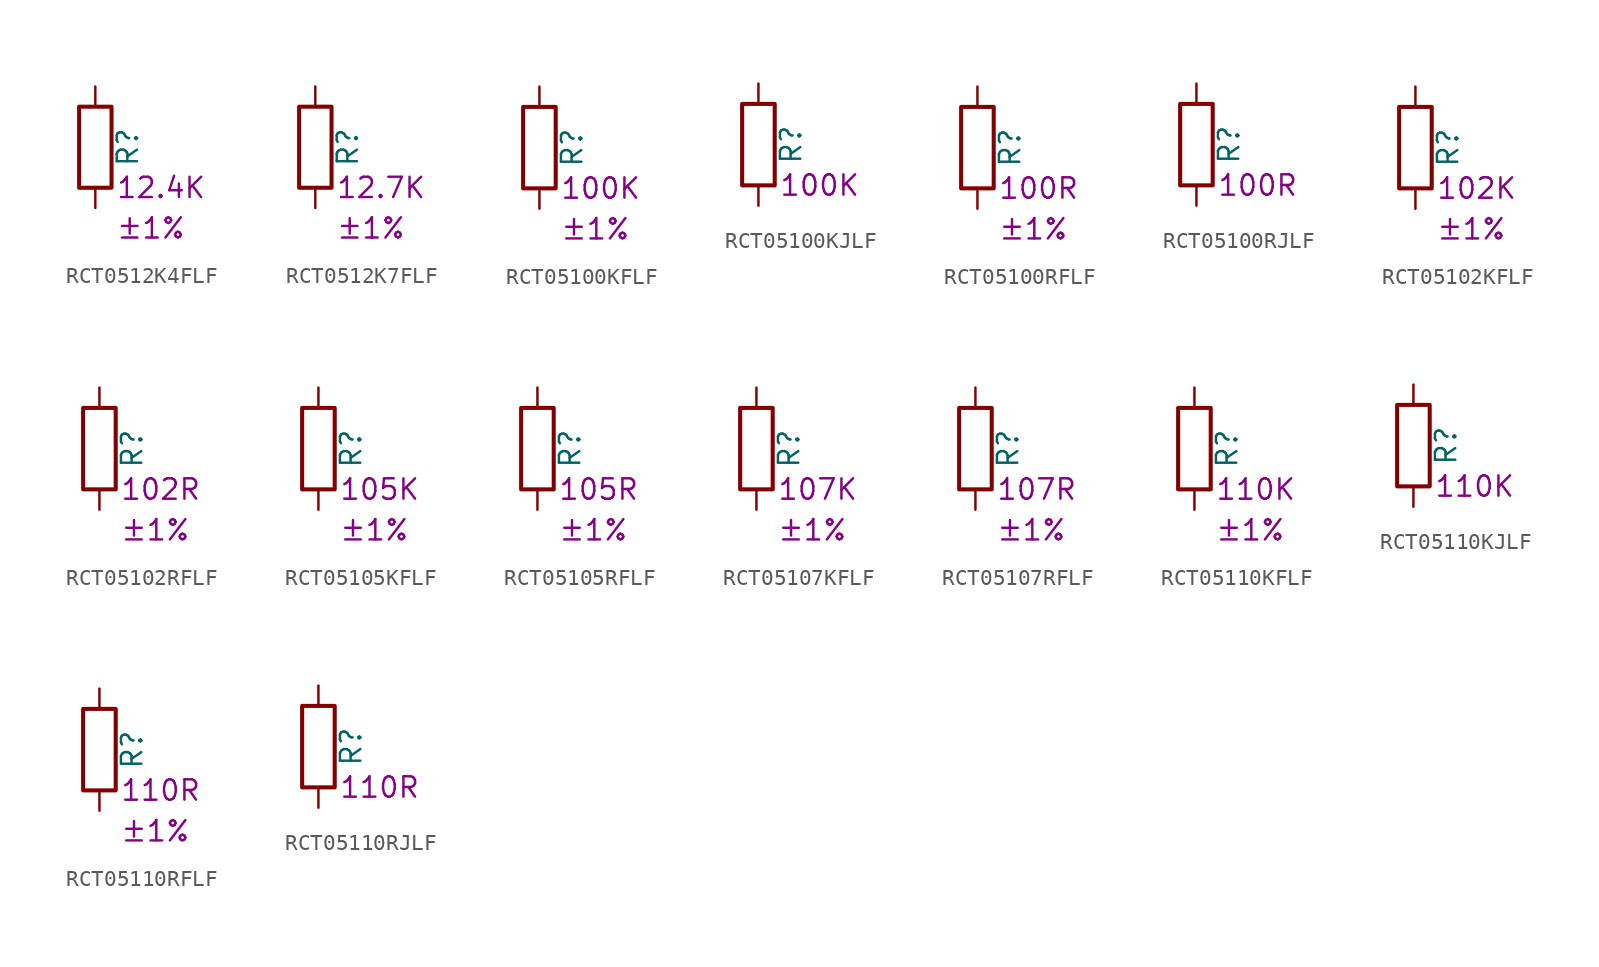
<source format=kicad_sym>
(kicad_symbol_lib
  (version 20220914)
  (generator kicad_symbol_editor)
  (symbol "RCT0512K4FLF"
    (pin_numbers hide)
    (pin_names
      (offset 0))
    (property "Reference" "R"
      (at 2.032 0 90)
      (effects (font (size 1.27 1.27))))
    (property "Resistance" "12.4K"
      (at 1.27 -2.54 0)
      (effects (font (size 1.27 1.27)) (justify left)))
    (property "Tolerance" "±1%"
      (at 1.27 -5.08 0)
      (effects (font (size 1.27 1.27)) (justify left)))
    (symbol "RCT0512K4FLF_0_1"
      (rectangle (start -1.016 -2.54) (end 1.016 2.54) (stroke (width 0.254) (type default)) (fill (type none))))
    (symbol "RCT0512K4FLF_1_1"
      (pin passive line (at 0 3.81 270) (length 1.27) (name "~" (effects (font (size 1.27 1.27)))) (number "1" (effects (font (size 1.27 1.27)))))
      (pin passive line (at 0 -3.81 90) (length 1.27) (name "~" (effects (font (size 1.27 1.27)))) (number "2" (effects (font (size 1.27 1.27)))))))
  (symbol "RCT0512K7FLF"
    (pin_numbers hide)
    (pin_names
      (offset 0))
    (property "Reference" "R"
      (at 2.032 0 90)
      (effects (font (size 1.27 1.27))))
    (property "Resistance" "12.7K"
      (at 1.27 -2.54 0)
      (effects (font (size 1.27 1.27)) (justify left)))
    (property "Tolerance" "±1%"
      (at 1.27 -5.08 0)
      (effects (font (size 1.27 1.27)) (justify left)))
    (symbol "RCT0512K7FLF_0_1"
      (rectangle (start -1.016 -2.54) (end 1.016 2.54) (stroke (width 0.254) (type default)) (fill (type none))))
    (symbol "RCT0512K7FLF_1_1"
      (pin passive line (at 0 3.81 270) (length 1.27) (name "~" (effects (font (size 1.27 1.27)))) (number "1" (effects (font (size 1.27 1.27)))))
      (pin passive line (at 0 -3.81 90) (length 1.27) (name "~" (effects (font (size 1.27 1.27)))) (number "2" (effects (font (size 1.27 1.27)))))))
  (symbol "RCT05100KFLF"
    (pin_numbers hide)
    (pin_names
      (offset 0))
    (property "Reference" "R"
      (at 2.032 0 90)
      (effects (font (size 1.27 1.27))))
    (property "Resistance" "100K"
      (at 1.27 -2.54 0)
      (effects (font (size 1.27 1.27)) (justify left)))
    (property "Tolerance" "±1%"
      (at 1.27 -5.08 0)
      (effects (font (size 1.27 1.27)) (justify left)))
    (symbol "RCT05100KFLF_0_1"
      (rectangle (start -1.016 -2.54) (end 1.016 2.54) (stroke (width 0.254) (type default)) (fill (type none))))
    (symbol "RCT05100KFLF_1_1"
      (pin passive line (at 0 3.81 270) (length 1.27) (name "~" (effects (font (size 1.27 1.27)))) (number "1" (effects (font (size 1.27 1.27)))))
      (pin passive line (at 0 -3.81 90) (length 1.27) (name "~" (effects (font (size 1.27 1.27)))) (number "2" (effects (font (size 1.27 1.27)))))))
  (symbol "RCT05100KJLF"
    (pin_numbers hide)
    (pin_names
      (offset 0))
    (property "Reference" "R"
      (at 2.032 0 90)
      (effects (font (size 1.27 1.27))))
    (property "Resistance" "100K"
      (at 1.27 -2.54 0)
      (effects (font (size 1.27 1.27)) (justify left)))
    (symbol "RCT05100KJLF_0_1"
      (rectangle (start -1.016 -2.54) (end 1.016 2.54) (stroke (width 0.254) (type default)) (fill (type none))))
    (symbol "RCT05100KJLF_1_1"
      (pin passive line (at 0 3.81 270) (length 1.27) (name "~" (effects (font (size 1.27 1.27)))) (number "1" (effects (font (size 1.27 1.27)))))
      (pin passive line (at 0 -3.81 90) (length 1.27) (name "~" (effects (font (size 1.27 1.27)))) (number "2" (effects (font (size 1.27 1.27)))))))
  (symbol "RCT05100RFLF"
    (pin_numbers hide)
    (pin_names
      (offset 0))
    (property "Reference" "R"
      (at 2.032 0 90)
      (effects (font (size 1.27 1.27))))
    (property "Resistance" "100R"
      (at 1.27 -2.54 0)
      (effects (font (size 1.27 1.27)) (justify left)))
    (property "Tolerance" "±1%"
      (at 1.27 -5.08 0)
      (effects (font (size 1.27 1.27)) (justify left)))
    (symbol "RCT05100RFLF_0_1"
      (rectangle (start -1.016 -2.54) (end 1.016 2.54) (stroke (width 0.254) (type default)) (fill (type none))))
    (symbol "RCT05100RFLF_1_1"
      (pin passive line (at 0 3.81 270) (length 1.27) (name "~" (effects (font (size 1.27 1.27)))) (number "1" (effects (font (size 1.27 1.27)))))
      (pin passive line (at 0 -3.81 90) (length 1.27) (name "~" (effects (font (size 1.27 1.27)))) (number "2" (effects (font (size 1.27 1.27)))))))
  (symbol "RCT05100RJLF"
    (pin_numbers hide)
    (pin_names
      (offset 0))
    (property "Reference" "R"
      (at 2.032 0 90)
      (effects (font (size 1.27 1.27))))
    (property "Resistance" "100R"
      (at 1.27 -2.54 0)
      (effects (font (size 1.27 1.27)) (justify left)))
    (symbol "RCT05100RJLF_0_1"
      (rectangle (start -1.016 -2.54) (end 1.016 2.54) (stroke (width 0.254) (type default)) (fill (type none))))
    (symbol "RCT05100RJLF_1_1"
      (pin passive line (at 0 3.81 270) (length 1.27) (name "~" (effects (font (size 1.27 1.27)))) (number "1" (effects (font (size 1.27 1.27)))))
      (pin passive line (at 0 -3.81 90) (length 1.27) (name "~" (effects (font (size 1.27 1.27)))) (number "2" (effects (font (size 1.27 1.27)))))))
  (symbol "RCT05102KFLF"
    (pin_numbers hide)
    (pin_names
      (offset 0))
    (property "Reference" "R"
      (at 2.032 0 90)
      (effects (font (size 1.27 1.27))))
    (property "Resistance" "102K"
      (at 1.27 -2.54 0)
      (effects (font (size 1.27 1.27)) (justify left)))
    (property "Tolerance" "±1%"
      (at 1.27 -5.08 0)
      (effects (font (size 1.27 1.27)) (justify left)))
    (symbol "RCT05102KFLF_0_1"
      (rectangle (start -1.016 -2.54) (end 1.016 2.54) (stroke (width 0.254) (type default)) (fill (type none))))
    (symbol "RCT05102KFLF_1_1"
      (pin passive line (at 0 3.81 270) (length 1.27) (name "~" (effects (font (size 1.27 1.27)))) (number "1" (effects (font (size 1.27 1.27)))))
      (pin passive line (at 0 -3.81 90) (length 1.27) (name "~" (effects (font (size 1.27 1.27)))) (number "2" (effects (font (size 1.27 1.27)))))))
  (symbol "RCT05102RFLF"
    (pin_numbers hide)
    (pin_names
      (offset 0))
    (property "Reference" "R"
      (at 2.032 0 90)
      (effects (font (size 1.27 1.27))))
    (property "Resistance" "102R"
      (at 1.27 -2.54 0)
      (effects (font (size 1.27 1.27)) (justify left)))
    (property "Tolerance" "±1%"
      (at 1.27 -5.08 0)
      (effects (font (size 1.27 1.27)) (justify left)))
    (symbol "RCT05102RFLF_0_1"
      (rectangle (start -1.016 -2.54) (end 1.016 2.54) (stroke (width 0.254) (type default)) (fill (type none))))
    (symbol "RCT05102RFLF_1_1"
      (pin passive line (at 0 3.81 270) (length 1.27) (name "~" (effects (font (size 1.27 1.27)))) (number "1" (effects (font (size 1.27 1.27)))))
      (pin passive line (at 0 -3.81 90) (length 1.27) (name "~" (effects (font (size 1.27 1.27)))) (number "2" (effects (font (size 1.27 1.27)))))))
  (symbol "RCT05105KFLF"
    (pin_numbers hide)
    (pin_names
      (offset 0))
    (property "Reference" "R"
      (at 2.032 0 90)
      (effects (font (size 1.27 1.27))))
    (property "Resistance" "105K"
      (at 1.27 -2.54 0)
      (effects (font (size 1.27 1.27)) (justify left)))
    (property "Tolerance" "±1%"
      (at 1.27 -5.08 0)
      (effects (font (size 1.27 1.27)) (justify left)))
    (symbol "RCT05105KFLF_0_1"
      (rectangle (start -1.016 -2.54) (end 1.016 2.54) (stroke (width 0.254) (type default)) (fill (type none))))
    (symbol "RCT05105KFLF_1_1"
      (pin passive line (at 0 3.81 270) (length 1.27) (name "~" (effects (font (size 1.27 1.27)))) (number "1" (effects (font (size 1.27 1.27)))))
      (pin passive line (at 0 -3.81 90) (length 1.27) (name "~" (effects (font (size 1.27 1.27)))) (number "2" (effects (font (size 1.27 1.27)))))))
  (symbol "RCT05105RFLF"
    (pin_numbers hide)
    (pin_names
      (offset 0))
    (property "Reference" "R"
      (at 2.032 0 90)
      (effects (font (size 1.27 1.27))))
    (property "Resistance" "105R"
      (at 1.27 -2.54 0)
      (effects (font (size 1.27 1.27)) (justify left)))
    (property "Tolerance" "±1%"
      (at 1.27 -5.08 0)
      (effects (font (size 1.27 1.27)) (justify left)))
    (symbol "RCT05105RFLF_0_1"
      (rectangle (start -1.016 -2.54) (end 1.016 2.54) (stroke (width 0.254) (type default)) (fill (type none))))
    (symbol "RCT05105RFLF_1_1"
      (pin passive line (at 0 3.81 270) (length 1.27) (name "~" (effects (font (size 1.27 1.27)))) (number "1" (effects (font (size 1.27 1.27)))))
      (pin passive line (at 0 -3.81 90) (length 1.27) (name "~" (effects (font (size 1.27 1.27)))) (number "2" (effects (font (size 1.27 1.27)))))))
  (symbol "RCT05107KFLF"
    (pin_numbers hide)
    (pin_names
      (offset 0))
    (property "Reference" "R"
      (at 2.032 0 90)
      (effects (font (size 1.27 1.27))))
    (property "Resistance" "107K"
      (at 1.27 -2.54 0)
      (effects (font (size 1.27 1.27)) (justify left)))
    (property "Tolerance" "±1%"
      (at 1.27 -5.08 0)
      (effects (font (size 1.27 1.27)) (justify left)))
    (symbol "RCT05107KFLF_0_1"
      (rectangle (start -1.016 -2.54) (end 1.016 2.54) (stroke (width 0.254) (type default)) (fill (type none))))
    (symbol "RCT05107KFLF_1_1"
      (pin passive line (at 0 3.81 270) (length 1.27) (name "~" (effects (font (size 1.27 1.27)))) (number "1" (effects (font (size 1.27 1.27)))))
      (pin passive line (at 0 -3.81 90) (length 1.27) (name "~" (effects (font (size 1.27 1.27)))) (number "2" (effects (font (size 1.27 1.27)))))))
  (symbol "RCT05107RFLF"
    (pin_numbers hide)
    (pin_names
      (offset 0))
    (property "Reference" "R"
      (at 2.032 0 90)
      (effects (font (size 1.27 1.27))))
    (property "Resistance" "107R"
      (at 1.27 -2.54 0)
      (effects (font (size 1.27 1.27)) (justify left)))
    (property "Tolerance" "±1%"
      (at 1.27 -5.08 0)
      (effects (font (size 1.27 1.27)) (justify left)))
    (symbol "RCT05107RFLF_0_1"
      (rectangle (start -1.016 -2.54) (end 1.016 2.54) (stroke (width 0.254) (type default)) (fill (type none))))
    (symbol "RCT05107RFLF_1_1"
      (pin passive line (at 0 3.81 270) (length 1.27) (name "~" (effects (font (size 1.27 1.27)))) (number "1" (effects (font (size 1.27 1.27)))))
      (pin passive line (at 0 -3.81 90) (length 1.27) (name "~" (effects (font (size 1.27 1.27)))) (number "2" (effects (font (size 1.27 1.27)))))))
  (symbol "RCT05110KFLF"
    (pin_numbers hide)
    (pin_names
      (offset 0))
    (property "Reference" "R"
      (at 2.032 0 90)
      (effects (font (size 1.27 1.27))))
    (property "Resistance" "110K"
      (at 1.27 -2.54 0)
      (effects (font (size 1.27 1.27)) (justify left)))
    (property "Tolerance" "±1%"
      (at 1.27 -5.08 0)
      (effects (font (size 1.27 1.27)) (justify left)))
    (symbol "RCT05110KFLF_0_1"
      (rectangle (start -1.016 -2.54) (end 1.016 2.54) (stroke (width 0.254) (type default)) (fill (type none))))
    (symbol "RCT05110KFLF_1_1"
      (pin passive line (at 0 3.81 270) (length 1.27) (name "~" (effects (font (size 1.27 1.27)))) (number "1" (effects (font (size 1.27 1.27)))))
      (pin passive line (at 0 -3.81 90) (length 1.27) (name "~" (effects (font (size 1.27 1.27)))) (number "2" (effects (font (size 1.27 1.27)))))))
  (symbol "RCT05110KJLF"
    (pin_numbers hide)
    (pin_names
      (offset 0))
    (property "Reference" "R"
      (at 2.032 0 90)
      (effects (font (size 1.27 1.27))))
    (property "Resistance" "110K"
      (at 1.27 -2.54 0)
      (effects (font (size 1.27 1.27)) (justify left)))
    (symbol "RCT05110KJLF_0_1"
      (rectangle (start -1.016 -2.54) (end 1.016 2.54) (stroke (width 0.254) (type default)) (fill (type none))))
    (symbol "RCT05110KJLF_1_1"
      (pin passive line (at 0 3.81 270) (length 1.27) (name "~" (effects (font (size 1.27 1.27)))) (number "1" (effects (font (size 1.27 1.27)))))
      (pin passive line (at 0 -3.81 90) (length 1.27) (name "~" (effects (font (size 1.27 1.27)))) (number "2" (effects (font (size 1.27 1.27)))))))
  (symbol "RCT05110RFLF"
    (pin_numbers hide)
    (pin_names
      (offset 0))
    (property "Reference" "R"
      (at 2.032 0 90)
      (effects (font (size 1.27 1.27))))
    (property "Resistance" "110R"
      (at 1.27 -2.54 0)
      (effects (font (size 1.27 1.27)) (justify left)))
    (property "Tolerance" "±1%"
      (at 1.27 -5.08 0)
      (effects (font (size 1.27 1.27)) (justify left)))
    (symbol "RCT05110RFLF_0_1"
      (rectangle (start -1.016 -2.54) (end 1.016 2.54) (stroke (width 0.254) (type default)) (fill (type none))))
    (symbol "RCT05110RFLF_1_1"
      (pin passive line (at 0 3.81 270) (length 1.27) (name "~" (effects (font (size 1.27 1.27)))) (number "1" (effects (font (size 1.27 1.27)))))
      (pin passive line (at 0 -3.81 90) (length 1.27) (name "~" (effects (font (size 1.27 1.27)))) (number "2" (effects (font (size 1.27 1.27)))))))
  (symbol "RCT05110RJLF"
    (pin_numbers hide)
    (pin_names
      (offset 0))
    (property "Reference" "R"
      (at 2.032 0 90)
      (effects (font (size 1.27 1.27))))
    (property "Resistance" "110R"
      (at 1.27 -2.54 0)
      (effects (font (size 1.27 1.27)) (justify left)))
    (symbol "RCT05110RJLF_0_1"
      (rectangle (start -1.016 -2.54) (end 1.016 2.54) (stroke (width 0.254) (type default)) (fill (type none))))
    (symbol "RCT05110RJLF_1_1"
      (pin passive line (at 0 3.81 270) (length 1.27) (name "~" (effects (font (size 1.27 1.27)))) (number "1" (effects (font (size 1.27 1.27)))))
      (pin passive line (at 0 -3.81 90) (length 1.27) (name "~" (effects (font (size 1.27 1.27)))) (number "2" (effects (font (size 1.27 1.27))))))))
</source>
